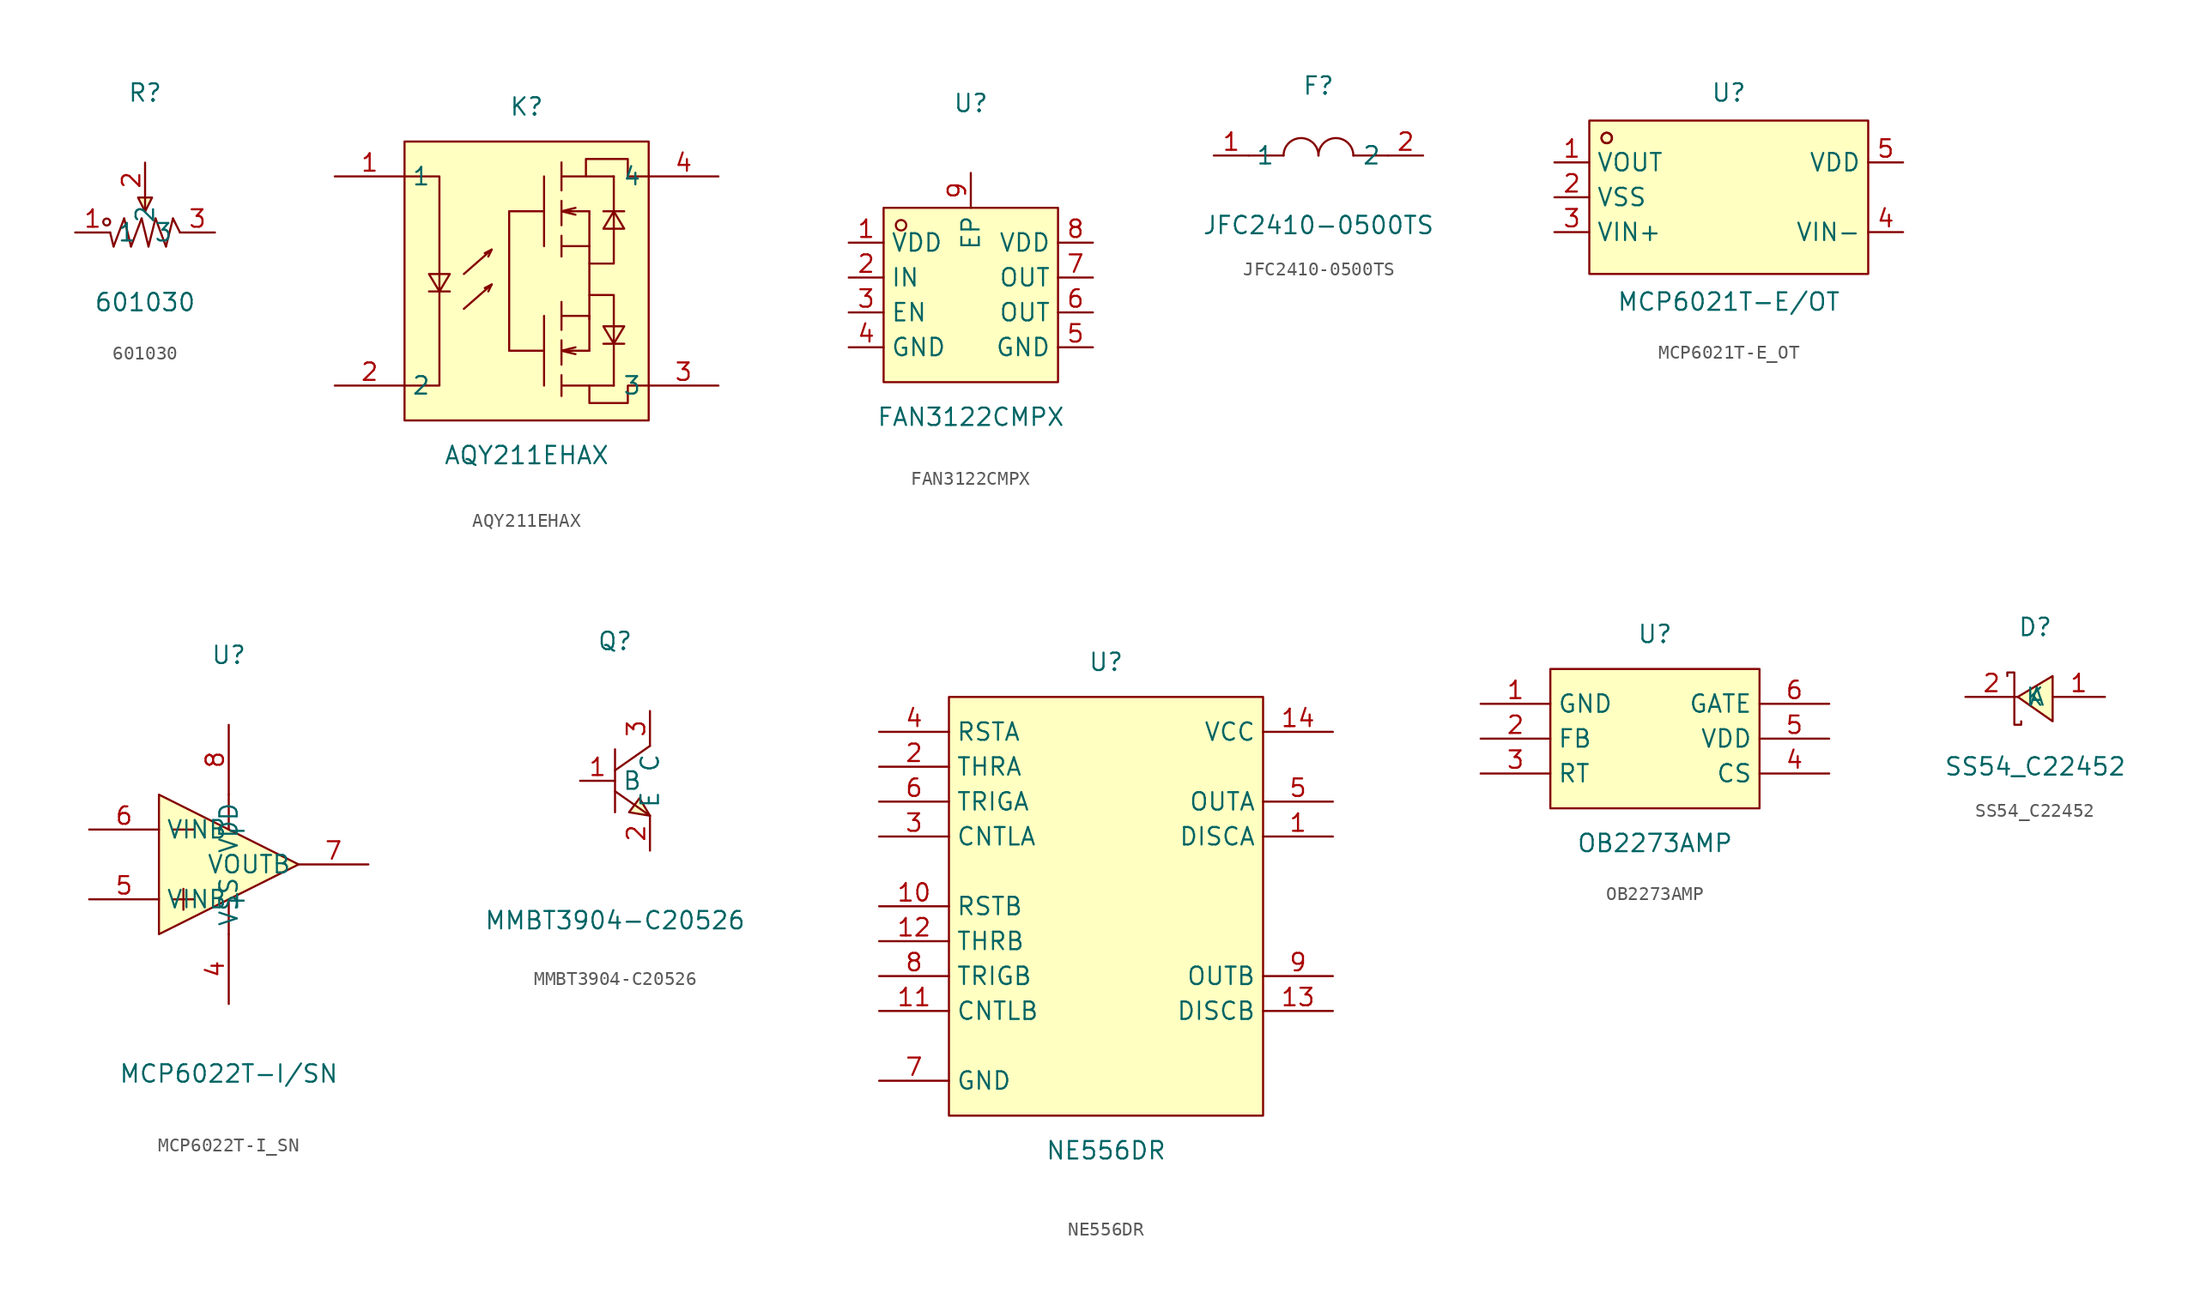
<source format=kicad_sym>
(kicad_symbol_lib
  (version 20211014)
  (generator https://github.com/uPesy/easyeda2kicad.py)
  (symbol "601030"
    (property "Reference" "R"
      (at 0 10.16 0)
      (effects (font (size 1.27 1.27))))
    (property "Value" "601030"
      (at 0 -5.08 0)
      (effects (font (size 1.27 1.27))))
    (symbol "601030_0_1"
      (circle (center -2.79 0.76) (radius 0.25) (stroke (width 0) (type default) (color 0 0 0 0)) (fill (type none)))
      (polyline (pts (xy 0.00 2.54) (xy 0.00 1.52)) (stroke (width 0) (type default) (color 0 0 0 0)) (fill (type none)))
      (polyline (pts (xy -2.29 -1.02) (xy -2.54 -0.00)) (stroke (width 0) (type default) (color 0 0 0 0)) (fill (type none)))
      (polyline (pts (xy -1.52 1.02) (xy -2.29 -1.02)) (stroke (width 0) (type default) (color 0 0 0 0)) (fill (type none)))
      (polyline (pts (xy -1.02 -1.02) (xy -1.52 1.02)) (stroke (width 0) (type default) (color 0 0 0 0)) (fill (type none)))
      (polyline (pts (xy -0.25 1.02) (xy -1.02 -1.02)) (stroke (width 0) (type default) (color 0 0 0 0)) (fill (type none)))
      (polyline (pts (xy 0.25 -1.02) (xy -0.25 1.02)) (stroke (width 0) (type default) (color 0 0 0 0)) (fill (type none)))
      (polyline (pts (xy 0.76 1.02) (xy 0.25 -1.02)) (stroke (width 0) (type default) (color 0 0 0 0)) (fill (type none)))
      (polyline (pts (xy 1.52 -1.02) (xy 0.76 1.02)) (stroke (width 0) (type default) (color 0 0 0 0)) (fill (type none)))
      (polyline (pts (xy 2.03 1.02) (xy 1.52 -1.02)) (stroke (width 0) (type default) (color 0 0 0 0)) (fill (type none)))
      (polyline (pts (xy 2.54 -0.00) (xy 2.03 1.02)) (stroke (width 0) (type default) (color 0 0 0 0)) (fill (type none)))
      (polyline (pts (xy 0.51 2.54) (xy 0.00 1.52) (xy -0.51 2.54) (xy 0.51 2.54)) (stroke (width 0) (type default) (color 0 0 0 0)) (fill (type background)))
      (pin unspecified line (at 0.00 5.08 270) (length 2.54) (name "2" (effects (font (size 1.27 1.27)))) (number "2" (effects (font (size 1.27 1.27)))))
      (pin unspecified line (at -5.08 -0.00 0) (length 2.54) (name "1" (effects (font (size 1.27 1.27)))) (number "1" (effects (font (size 1.27 1.27)))))
      (pin unspecified line (at 5.08 -0.00 180) (length 2.54) (name "3" (effects (font (size 1.27 1.27)))) (number "3" (effects (font (size 1.27 1.27)))))))
  (symbol "AQY211EHAX"
    (property "Reference" "K"
      (at 0 12.70 0)
      (effects (font (size 1.27 1.27))))
    (property "Value" "AQY211EHAX"
      (at 0 -12.70 0)
      (effects (font (size 1.27 1.27))))
    (symbol "AQY211EHAX_0_1"
      (rectangle (start -8.89 10.16) (end 8.89 -10.16) (stroke (width 0) (type default) (color 0 0 0 0)) (fill (type background)))
      (polyline (pts (xy 1.27 7.62) (xy 1.27 2.54)) (stroke (width 0) (type default) (color 0 0 0 0)) (fill (type none)))
      (polyline (pts (xy 2.54 8.64) (xy 2.54 6.60)) (stroke (width 0) (type default) (color 0 0 0 0)) (fill (type none)))
      (polyline (pts (xy 2.54 5.84) (xy 2.54 4.06)) (stroke (width 0) (type default) (color 0 0 0 0)) (fill (type none)))
      (polyline (pts (xy 2.54 3.30) (xy 2.54 1.78)) (stroke (width 0) (type default) (color 0 0 0 0)) (fill (type none)))
      (polyline (pts (xy 2.54 7.62) (xy 6.35 7.62)) (stroke (width 0) (type default) (color 0 0 0 0)) (fill (type none)))
      (polyline (pts (xy 2.54 2.54) (xy 4.57 2.54)) (stroke (width 0) (type default) (color 0 0 0 0)) (fill (type none)))
      (polyline (pts (xy 4.57 5.08) (xy 4.57 2.54)) (stroke (width 0) (type default) (color 0 0 0 0)) (fill (type none)))
      (polyline (pts (xy 1.27 5.08) (xy -1.27 5.08)) (stroke (width 0) (type default) (color 0 0 0 0)) (fill (type none)))
      (polyline (pts (xy 4.57 5.08) (xy 2.54 5.08) (xy 3.56 4.83)) (stroke (width 0) (type default) (color 0 0 0 0)) (fill (type none)))
      (polyline (pts (xy 2.54 5.08) (xy 3.56 5.33)) (stroke (width 0) (type default) (color 0 0 0 0)) (fill (type none)))
      (polyline (pts (xy 7.11 3.81) (xy 5.59 3.81) (xy 6.35 5.08) (xy 7.11 3.81)) (stroke (width 0) (type default) (color 0 0 0 0)) (fill (type background)))
      (polyline (pts (xy 7.11 5.08) (xy 5.59 5.08)) (stroke (width 0) (type default) (color 0 0 0 0)) (fill (type none)))
      (polyline (pts (xy 1.27 -2.54) (xy 1.27 -7.62)) (stroke (width 0) (type default) (color 0 0 0 0)) (fill (type none)))
      (polyline (pts (xy 2.54 -1.52) (xy 2.54 -3.56)) (stroke (width 0) (type default) (color 0 0 0 0)) (fill (type none)))
      (polyline (pts (xy 2.54 -4.32) (xy 2.54 -6.10)) (stroke (width 0) (type default) (color 0 0 0 0)) (fill (type none)))
      (polyline (pts (xy 2.54 -6.86) (xy 2.54 -8.38)) (stroke (width 0) (type default) (color 0 0 0 0)) (fill (type none)))
      (polyline (pts (xy 2.54 -2.54) (xy 4.57 -2.54)) (stroke (width 0) (type default) (color 0 0 0 0)) (fill (type none)))
      (polyline (pts (xy 4.57 2.54) (xy 4.57 -2.79)) (stroke (width 0) (type default) (color 0 0 0 0)) (fill (type none)))
      (polyline (pts (xy 2.54 -7.62) (xy 6.35 -7.62)) (stroke (width 0) (type default) (color 0 0 0 0)) (fill (type none)))
      (polyline (pts (xy 4.57 -2.54) (xy 4.57 -5.08)) (stroke (width 0) (type default) (color 0 0 0 0)) (fill (type none)))
      (polyline (pts (xy 1.27 -5.08) (xy -1.27 -5.08)) (stroke (width 0) (type default) (color 0 0 0 0)) (fill (type none)))
      (polyline (pts (xy 4.57 -5.08) (xy 2.54 -5.08) (xy 3.56 -5.33)) (stroke (width 0) (type default) (color 0 0 0 0)) (fill (type none)))
      (polyline (pts (xy 2.54 -5.08) (xy 3.56 -4.83)) (stroke (width 0) (type default) (color 0 0 0 0)) (fill (type none)))
      (polyline (pts (xy 5.59 -3.30) (xy 7.11 -3.30) (xy 6.35 -4.57) (xy 5.59 -3.30)) (stroke (width 0) (type default) (color 0 0 0 0)) (fill (type background)))
      (polyline (pts (xy 5.59 -4.57) (xy 7.11 -4.57)) (stroke (width 0) (type default) (color 0 0 0 0)) (fill (type none)))
      (polyline (pts (xy 4.57 1.27) (xy 6.35 1.27) (xy 6.35 7.62)) (stroke (width 0) (type default) (color 0 0 0 0)) (fill (type none)))
      (polyline (pts (xy 4.57 -1.02) (xy 6.35 -1.02) (xy 6.35 -7.62)) (stroke (width 0) (type default) (color 0 0 0 0)) (fill (type none)))
      (polyline (pts (xy -1.27 5.08) (xy -1.27 -5.08)) (stroke (width 0) (type default) (color 0 0 0 0)) (fill (type none)))
      (polyline (pts (xy -8.89 7.62) (xy -6.35 7.62) (xy -6.35 -7.62) (xy -8.89 -7.62)) (stroke (width 0) (type default) (color 0 0 0 0)) (fill (type none)))
      (polyline (pts (xy -7.11 0.51) (xy -5.59 0.51) (xy -6.35 -0.76) (xy -7.11 0.51)) (stroke (width 0) (type default) (color 0 0 0 0)) (fill (type background)))
      (polyline (pts (xy -7.11 -0.76) (xy -5.59 -0.76)) (stroke (width 0) (type default) (color 0 0 0 0)) (fill (type none)))
      (polyline (pts (xy -4.57 0.51) (xy -2.54 2.29) (xy -3.05 2.03)) (stroke (width 0) (type default) (color 0 0 0 0)) (fill (type none)))
      (polyline (pts (xy -2.54 2.29) (xy -2.79 1.78)) (stroke (width 0) (type default) (color 0 0 0 0)) (fill (type none)))
      (polyline (pts (xy -4.57 -2.03) (xy -2.54 -0.25) (xy -3.05 -0.51)) (stroke (width 0) (type default) (color 0 0 0 0)) (fill (type none)))
      (polyline (pts (xy -2.54 -0.25) (xy -2.79 -0.76)) (stroke (width 0) (type default) (color 0 0 0 0)) (fill (type none)))
      (polyline (pts (xy 4.32 7.62) (xy 4.32 8.89) (xy 7.37 8.89) (xy 7.37 7.62) (xy 8.89 7.62)) (stroke (width 0) (type default) (color 0 0 0 0)) (fill (type none)))
      (polyline (pts (xy 4.57 -7.62) (xy 4.57 -8.89) (xy 7.37 -8.89) (xy 7.37 -7.62) (xy 8.89 -7.62)) (stroke (width 0) (type default) (color 0 0 0 0)) (fill (type none)))
      (pin unspecified line (at -13.97 7.62 0) (length 5.08) (name "1" (effects (font (size 1.27 1.27)))) (number "1" (effects (font (size 1.27 1.27)))))
      (pin unspecified line (at -13.97 -7.62 0) (length 5.08) (name "2" (effects (font (size 1.27 1.27)))) (number "2" (effects (font (size 1.27 1.27)))))
      (pin unspecified line (at 13.97 -7.62 180) (length 5.08) (name "3" (effects (font (size 1.27 1.27)))) (number "3" (effects (font (size 1.27 1.27)))))
      (pin unspecified line (at 13.97 7.62 180) (length 5.08) (name "4" (effects (font (size 1.27 1.27)))) (number "4" (effects (font (size 1.27 1.27)))))))
  (symbol "FAN3122CMPX"
    (property "Reference" "U"
      (at 0 13.97 0)
      (effects (font (size 1.27 1.27))))
    (property "Value" "FAN3122CMPX"
      (at 0 -8.89 0)
      (effects (font (size 1.27 1.27))))
    (symbol "FAN3122CMPX_0_1"
      (rectangle (start -6.35 6.35) (end 6.35 -6.35) (stroke (width 0) (type default) (color 0 0 0 0)) (fill (type background)))
      (circle (center -5.08 5.08) (radius 0.38) (stroke (width 0) (type default) (color 0 0 0 0)) (fill (type none)))
      (pin unspecified line (at -8.89 3.81 0) (length 2.54) (name "VDD" (effects (font (size 1.27 1.27)))) (number "1" (effects (font (size 1.27 1.27)))))
      (pin unspecified line (at -8.89 1.27 0) (length 2.54) (name "IN" (effects (font (size 1.27 1.27)))) (number "2" (effects (font (size 1.27 1.27)))))
      (pin unspecified line (at -8.89 -1.27 0) (length 2.54) (name "EN" (effects (font (size 1.27 1.27)))) (number "3" (effects (font (size 1.27 1.27)))))
      (pin unspecified line (at -8.89 -3.81 0) (length 2.54) (name "GND" (effects (font (size 1.27 1.27)))) (number "4" (effects (font (size 1.27 1.27)))))
      (pin unspecified line (at 8.89 -3.81 180) (length 2.54) (name "GND" (effects (font (size 1.27 1.27)))) (number "5" (effects (font (size 1.27 1.27)))))
      (pin unspecified line (at 8.89 -1.27 180) (length 2.54) (name "OUT" (effects (font (size 1.27 1.27)))) (number "6" (effects (font (size 1.27 1.27)))))
      (pin unspecified line (at 8.89 1.27 180) (length 2.54) (name "OUT" (effects (font (size 1.27 1.27)))) (number "7" (effects (font (size 1.27 1.27)))))
      (pin unspecified line (at 8.89 3.81 180) (length 2.54) (name "VDD" (effects (font (size 1.27 1.27)))) (number "8" (effects (font (size 1.27 1.27)))))
      (pin unspecified line (at 0.00 8.89 270) (length 2.54) (name "EP" (effects (font (size 1.27 1.27)))) (number "9" (effects (font (size 1.27 1.27)))))))
  (symbol "JFC2410-0500TS"
    (property "Reference" "F"
      (at 0 5.08 0)
      (effects (font (size 1.27 1.27))))
    (property "Value" "JFC2410-0500TS"
      (at 0 -5.08 0)
      (effects (font (size 1.27 1.27))))
    (symbol "JFC2410-0500TS_0_1"
      (arc (start -2.54 0.00) (mid -1.00 1.24) (end 0.00 0.00) (stroke (width 0) (type default) (color 0 0 0 0)) (fill (type none)))
      (arc (start 2.54 0.00) (mid 1.54 1.24) (end 0.00 0.00) (stroke (width 0) (type default) (color 0 0 0 0)) (fill (type none)))
      (polyline (pts (xy -5.08 -0.00) (xy -2.54 -0.00)) (stroke (width 0) (type default) (color 0 0 0 0)) (fill (type none)))
      (polyline (pts (xy 2.54 -0.00) (xy 5.08 -0.00)) (stroke (width 0) (type default) (color 0 0 0 0)) (fill (type none)))
      (pin unspecified line (at -7.62 -0.00 0) (length 2.54) (name "1" (effects (font (size 1.27 1.27)))) (number "1" (effects (font (size 1.27 1.27)))))
      (pin unspecified line (at 7.62 -0.00 180) (length 2.54) (name "2" (effects (font (size 1.27 1.27)))) (number "2" (effects (font (size 1.27 1.27)))))))
  (symbol "MCP6021T-E_OT"
    (property "Reference" "U"
      (at 0 7.62 0)
      (effects (font (size 1.27 1.27))))
    (property "Value" "MCP6021T-E/OT"
      (at 0 -7.62 0)
      (effects (font (size 1.27 1.27))))
    (symbol "MCP6021T-E_OT_0_1"
      (rectangle (start -10.16 5.59) (end 10.16 -5.59) (stroke (width 0) (type default) (color 0 0 0 0)) (fill (type background)))
      (circle (center -8.89 4.32) (radius 0.38) (stroke (width 0) (type default) (color 0 0 0 0)) (fill (type none)))
      (circle (center -8.89 4.32) (radius 0.38) (stroke (width 0) (type default) (color 0 0 0 0)) (fill (type none)))
      (pin unspecified line (at -12.70 2.54 0) (length 2.54) (name "VOUT" (effects (font (size 1.27 1.27)))) (number "1" (effects (font (size 1.27 1.27)))))
      (pin unspecified line (at -12.70 -0.00 0) (length 2.54) (name "VSS" (effects (font (size 1.27 1.27)))) (number "2" (effects (font (size 1.27 1.27)))))
      (pin unspecified line (at -12.70 -2.54 0) (length 2.54) (name "VIN+" (effects (font (size 1.27 1.27)))) (number "3" (effects (font (size 1.27 1.27)))))
      (pin unspecified line (at 12.70 -2.54 180) (length 2.54) (name "VIN-" (effects (font (size 1.27 1.27)))) (number "4" (effects (font (size 1.27 1.27)))))
      (pin unspecified line (at 12.70 2.54 180) (length 2.54) (name "VDD" (effects (font (size 1.27 1.27)))) (number "5" (effects (font (size 1.27 1.27)))))))
  (symbol "MCP6022T-I_SN"
    (property "Reference" "U"
      (at 0 15.24 0)
      (effects (font (size 1.27 1.27))))
    (property "Value" "MCP6022T-I/SN"
      (at 0 -15.24 0)
      (effects (font (size 1.27 1.27))))
    (symbol "MCP6022T-I_SN_0_1"
      (polyline (pts (xy -5.08 -5.08) (xy 5.08 -0.00) (xy -5.08 5.08) (xy -5.08 -5.08)) (stroke (width 0) (type default) (color 0 0 0 0)) (fill (type background)))
      (polyline (pts (xy -4.06 2.54) (xy -2.54 2.54)) (stroke (width 0) (type default) (color 0 0 0 0)) (fill (type none)))
      (polyline (pts (xy -4.06 -2.54) (xy -2.54 -2.54)) (stroke (width 0) (type default) (color 0 0 0 0)) (fill (type none)))
      (polyline (pts (xy -3.30 -1.78) (xy -3.30 -3.30)) (stroke (width 0) (type default) (color 0 0 0 0)) (fill (type none)))
      (polyline (pts (xy 0.00 5.08) (xy 0.00 2.54)) (stroke (width 0) (type default) (color 0 0 0 0)) (fill (type none)))
      (polyline (pts (xy 0.00 -2.54) (xy 0.00 -5.08)) (stroke (width 0) (type default) (color 0 0 0 0)) (fill (type none)))
      (pin output line (at 10.16 -0.00 180) (length 5.08) (name "VOUTB" (effects (font (size 1.27 1.27)))) (number "7" (effects (font (size 1.27 1.27)))))
      (pin unspecified line (at -10.16 -2.54 0) (length 5.08) (name "VINB+" (effects (font (size 1.27 1.27)))) (number "5" (effects (font (size 1.27 1.27)))))
      (pin unspecified line (at -10.16 2.54 0) (length 5.08) (name "VINB-" (effects (font (size 1.27 1.27)))) (number "6" (effects (font (size 1.27 1.27)))))
      (pin power_in line (at 0.00 10.16 270) (length 5.08) (name "VDD" (effects (font (size 1.27 1.27)))) (number "8" (effects (font (size 1.27 1.27)))))
      (pin power_in line (at 0.00 -10.16 90) (length 5.08) (name "VSS" (effects (font (size 1.27 1.27)))) (number "4" (effects (font (size 1.27 1.27)))))))
  (symbol "MMBT3904-C20526"
    (property "Reference" "Q"
      (at 0 10.16 0)
      (effects (font (size 1.27 1.27))))
    (property "Value" "MMBT3904-C20526"
      (at 0 -10.16 0)
      (effects (font (size 1.27 1.27))))
    (symbol "MMBT3904-C20526_0_1"
      (polyline (pts (xy 2.54 2.54) (xy 0.00 0.76)) (stroke (width 0) (type default) (color 0 0 0 0)) (fill (type none)))
      (polyline (pts (xy 0.00 -0.76) (xy 2.54 -2.54)) (stroke (width 0) (type default) (color 0 0 0 0)) (fill (type none)))
      (polyline (pts (xy 0.00 2.29) (xy 0.00 -2.29)) (stroke (width 0) (type default) (color 0 0 0 0)) (fill (type none)))
      (polyline (pts (xy 2.54 -2.54) (xy 1.78 -1.27) (xy 1.02 -2.29) (xy 2.54 -2.54)) (stroke (width 0) (type default) (color 0 0 0 0)) (fill (type background)))
      (pin unspecified line (at 2.54 5.08 270) (length 2.54) (name "C" (effects (font (size 1.27 1.27)))) (number "3" (effects (font (size 1.27 1.27)))))
      (pin unspecified line (at -2.54 -0.00 0) (length 2.54) (name "B" (effects (font (size 1.27 1.27)))) (number "1" (effects (font (size 1.27 1.27)))))
      (pin unspecified line (at 2.54 -5.08 90) (length 2.54) (name "E" (effects (font (size 1.27 1.27)))) (number "2" (effects (font (size 1.27 1.27)))))))
  (symbol "NE556DR"
    (property "Reference" "U"
      (at 0 17.78 0)
      (effects (font (size 1.27 1.27))))
    (property "Value" "NE556DR"
      (at 0 -17.78 0)
      (effects (font (size 1.27 1.27))))
    (symbol "NE556DR_0_1"
      (rectangle (start -11.43 15.24) (end 11.43 -15.24) (stroke (width 0) (type default) (color 0 0 0 0)) (fill (type background)))
      (pin unspecified line (at 16.51 5.08 180) (length 5.08) (name "DISCA" (effects (font (size 1.27 1.27)))) (number "1" (effects (font (size 1.27 1.27)))))
      (pin unspecified line (at -16.51 10.16 0) (length 5.08) (name "THRA" (effects (font (size 1.27 1.27)))) (number "2" (effects (font (size 1.27 1.27)))))
      (pin unspecified line (at -16.51 5.08 0) (length 5.08) (name "CNTLA" (effects (font (size 1.27 1.27)))) (number "3" (effects (font (size 1.27 1.27)))))
      (pin unspecified line (at -16.51 12.70 0) (length 5.08) (name "RSTA" (effects (font (size 1.27 1.27)))) (number "4" (effects (font (size 1.27 1.27)))))
      (pin output line (at 16.51 7.62 180) (length 5.08) (name "OUTA" (effects (font (size 1.27 1.27)))) (number "5" (effects (font (size 1.27 1.27)))))
      (pin unspecified line (at -16.51 7.62 0) (length 5.08) (name "TRIGA" (effects (font (size 1.27 1.27)))) (number "6" (effects (font (size 1.27 1.27)))))
      (pin power_in line (at -16.51 -12.70 0) (length 5.08) (name "GND" (effects (font (size 1.27 1.27)))) (number "7" (effects (font (size 1.27 1.27)))))
      (pin unspecified line (at -16.51 -5.08 0) (length 5.08) (name "TRIGB" (effects (font (size 1.27 1.27)))) (number "8" (effects (font (size 1.27 1.27)))))
      (pin output line (at 16.51 -5.08 180) (length 5.08) (name "OUTB" (effects (font (size 1.27 1.27)))) (number "9" (effects (font (size 1.27 1.27)))))
      (pin unspecified line (at -16.51 -0.00 0) (length 5.08) (name "RSTB" (effects (font (size 1.27 1.27)))) (number "10" (effects (font (size 1.27 1.27)))))
      (pin unspecified line (at -16.51 -7.62 0) (length 5.08) (name "CNTLB" (effects (font (size 1.27 1.27)))) (number "11" (effects (font (size 1.27 1.27)))))
      (pin unspecified line (at -16.51 -2.54 0) (length 5.08) (name "THRB" (effects (font (size 1.27 1.27)))) (number "12" (effects (font (size 1.27 1.27)))))
      (pin unspecified line (at 16.51 -7.62 180) (length 5.08) (name "DISCB" (effects (font (size 1.27 1.27)))) (number "13" (effects (font (size 1.27 1.27)))))
      (pin power_in line (at 16.51 12.70 180) (length 5.08) (name "VCC" (effects (font (size 1.27 1.27)))) (number "14" (effects (font (size 1.27 1.27)))))))
  (symbol "OB2273AMP"
    (property "Reference" "U"
      (at 0 7.62 0)
      (effects (font (size 1.27 1.27))))
    (property "Value" "OB2273AMP"
      (at 0 -7.62 0)
      (effects (font (size 1.27 1.27))))
    (symbol "OB2273AMP_0_1"
      (rectangle (start -7.62 5.08) (end 7.62 -5.08) (stroke (width 0) (type default) (color 0 0 0 0)) (fill (type background)))
      (pin unspecified line (at -12.70 2.54 0) (length 5.08) (name "GND" (effects (font (size 1.27 1.27)))) (number "1" (effects (font (size 1.27 1.27)))))
      (pin unspecified line (at -12.70 -0.00 0) (length 5.08) (name "FB" (effects (font (size 1.27 1.27)))) (number "2" (effects (font (size 1.27 1.27)))))
      (pin unspecified line (at -12.70 -2.54 0) (length 5.08) (name "RT" (effects (font (size 1.27 1.27)))) (number "3" (effects (font (size 1.27 1.27)))))
      (pin unspecified line (at 12.70 -2.54 180) (length 5.08) (name "CS" (effects (font (size 1.27 1.27)))) (number "4" (effects (font (size 1.27 1.27)))))
      (pin unspecified line (at 12.70 -0.00 180) (length 5.08) (name "VDD" (effects (font (size 1.27 1.27)))) (number "5" (effects (font (size 1.27 1.27)))))
      (pin unspecified line (at 12.70 2.54 180) (length 5.08) (name "GATE" (effects (font (size 1.27 1.27)))) (number "6" (effects (font (size 1.27 1.27)))))))
  (symbol "SS54_C22452"
    (property "Reference" "D"
      (at 0 5.08 0)
      (effects (font (size 1.27 1.27))))
    (property "Value" "SS54_C22452"
      (at 0 -5.08 0)
      (effects (font (size 1.27 1.27))))
    (symbol "SS54_C22452_0_1"
      (polyline (pts (xy 1.27 1.52) (xy -1.27 -0.00) (xy 1.27 -1.78) (xy 1.27 1.52)) (stroke (width 0) (type default) (color 0 0 0 0)) (fill (type background)))
      (polyline (pts (xy -2.03 1.52) (xy -2.03 1.78) (xy -1.52 1.78) (xy -1.52 -2.03) (xy -1.02 -2.03) (xy -1.02 -1.78)) (stroke (width 0) (type default) (color 0 0 0 0)) (fill (type none)))
      (pin unspecified line (at 5.08 -0.00 180) (length 3.81) (name "A" (effects (font (size 1.27 1.27)))) (number "1" (effects (font (size 1.27 1.27)))))
      (pin unspecified line (at -5.08 -0.00 0) (length 3.81) (name "K" (effects (font (size 1.27 1.27)))) (number "2" (effects (font (size 1.27 1.27))))))))
</source>
